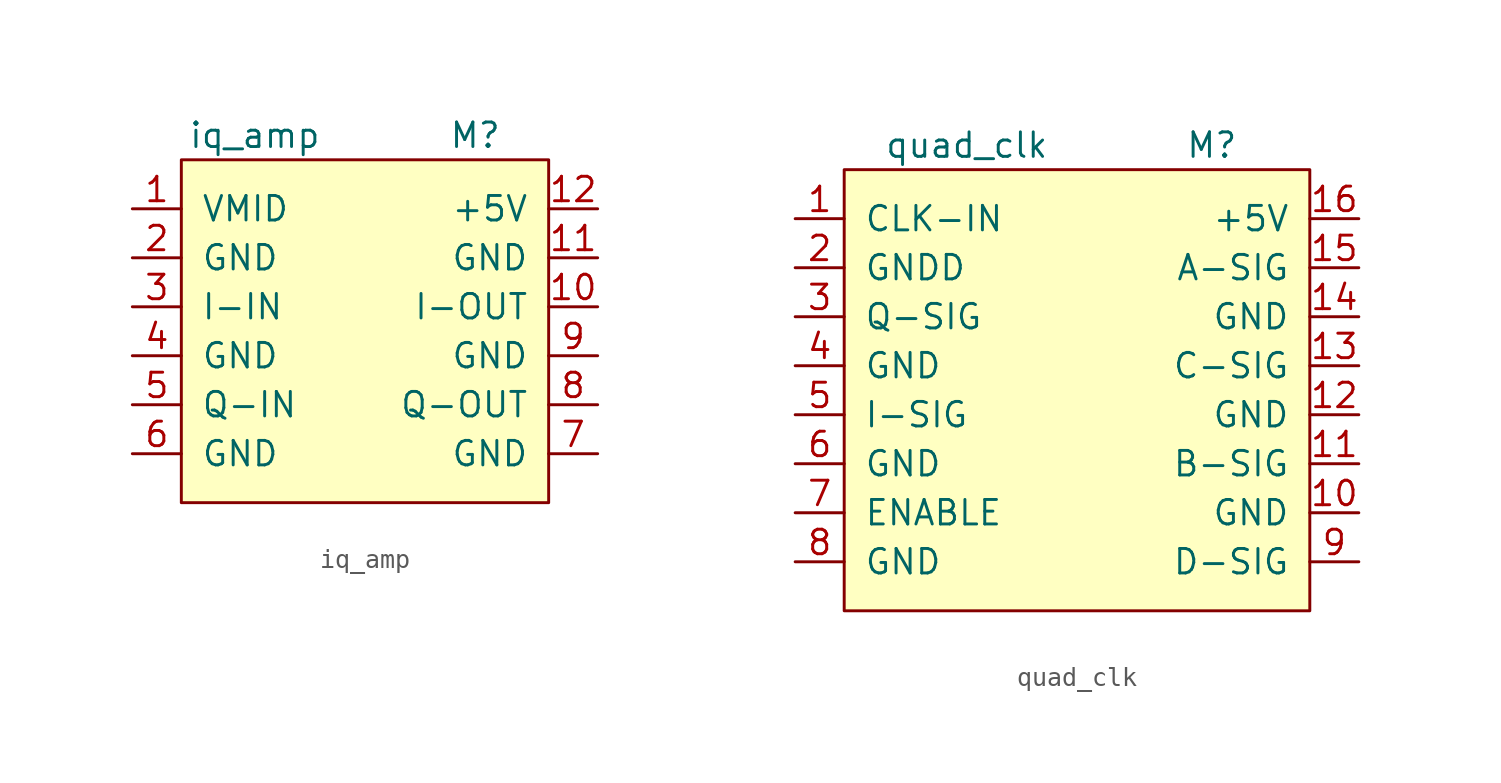
<source format=kicad_sym>
(kicad_symbol_lib
  (version 20211014)
  (generator kicad_symbol_editor)
  (symbol "iq_amp"
    (pin_names
      (offset 1.016))
    (property "Reference" "M"
      (at 6.35 10.16 0)
      (effects (font (size 1.27 1.27))))
    (property "Value" "iq_amp"
      (at -5.08 10.16 0)
      (effects (font (size 1.27 1.27))))
    (symbol "iq_amp_0_1"
      (rectangle (start -8.89 8.89) (end 10.16 -8.89) (stroke (width 0) (type default) (color 0 0 0 0)) (fill (type background))))
    (symbol "iq_amp_1_1"
      (pin power_out line (at -11.43 6.35 0) (length 2.54) (name "VMID" (effects (font (size 1.27 1.27)))) (number "1" (effects (font (size 1.27 1.27)))))
      (pin output line (at 12.7 1.27 180) (length 2.54) (name "I-OUT" (effects (font (size 1.27 1.27)))) (number "10" (effects (font (size 1.27 1.27)))))
      (pin power_in line (at 12.7 3.81 180) (length 2.54) (name "GND" (effects (font (size 1.27 1.27)))) (number "11" (effects (font (size 1.27 1.27)))))
      (pin power_in line (at 12.7 6.35 180) (length 2.54) (name "+5V" (effects (font (size 1.27 1.27)))) (number "12" (effects (font (size 1.27 1.27)))))
      (pin power_in line (at -11.43 3.81 0) (length 2.54) (name "GND" (effects (font (size 1.27 1.27)))) (number "2" (effects (font (size 1.27 1.27)))))
      (pin input line (at -11.43 1.27 0) (length 2.54) (name "I-IN" (effects (font (size 1.27 1.27)))) (number "3" (effects (font (size 1.27 1.27)))))
      (pin power_in line (at -11.43 -1.27 0) (length 2.54) (name "GND" (effects (font (size 1.27 1.27)))) (number "4" (effects (font (size 1.27 1.27)))))
      (pin input line (at -11.43 -3.81 0) (length 2.54) (name "Q-IN" (effects (font (size 1.27 1.27)))) (number "5" (effects (font (size 1.27 1.27)))))
      (pin power_in line (at -11.43 -6.35 0) (length 2.54) (name "GND" (effects (font (size 1.27 1.27)))) (number "6" (effects (font (size 1.27 1.27)))))
      (pin power_in line (at 12.7 -6.35 180) (length 2.54) (name "GND" (effects (font (size 1.27 1.27)))) (number "7" (effects (font (size 1.27 1.27)))))
      (pin output line (at 12.7 -3.81 180) (length 2.54) (name "Q-OUT" (effects (font (size 1.27 1.27)))) (number "8" (effects (font (size 1.27 1.27)))))
      (pin power_in line (at 12.7 -1.27 180) (length 2.54) (name "GND" (effects (font (size 1.27 1.27)))) (number "9" (effects (font (size 1.27 1.27)))))))
  (symbol "quad_clk"
    (pin_names
      (offset 1.016))
    (property "Reference" "M"
      (at 6.35 12.7 0)
      (effects (font (size 1.27 1.27))))
    (property "Value" "quad_clk"
      (at -6.35 12.7 0)
      (effects (font (size 1.27 1.27))))
    (symbol "quad_clk_0_1"
      (rectangle (start -12.7 11.43) (end 11.43 -11.43) (stroke (width 0) (type default) (color 0 0 0 0)) (fill (type background))))
    (symbol "quad_clk_1_1"
      (pin input line (at -15.24 8.89 0) (length 2.54) (name "CLK-IN" (effects (font (size 1.27 1.27)))) (number "1" (effects (font (size 1.27 1.27)))))
      (pin power_in line (at 13.97 -6.35 180) (length 2.54) (name "GND" (effects (font (size 1.27 1.27)))) (number "10" (effects (font (size 1.27 1.27)))))
      (pin bidirectional line (at 13.97 -3.81 180) (length 2.54) (name "B-SIG" (effects (font (size 1.27 1.27)))) (number "11" (effects (font (size 1.27 1.27)))))
      (pin power_in line (at 13.97 -1.27 180) (length 2.54) (name "GND" (effects (font (size 1.27 1.27)))) (number "12" (effects (font (size 1.27 1.27)))))
      (pin bidirectional line (at 13.97 1.27 180) (length 2.54) (name "C-SIG" (effects (font (size 1.27 1.27)))) (number "13" (effects (font (size 1.27 1.27)))))
      (pin power_in line (at 13.97 3.81 180) (length 2.54) (name "GND" (effects (font (size 1.27 1.27)))) (number "14" (effects (font (size 1.27 1.27)))))
      (pin bidirectional line (at 13.97 6.35 180) (length 2.54) (name "A-SIG" (effects (font (size 1.27 1.27)))) (number "15" (effects (font (size 1.27 1.27)))))
      (pin power_in line (at 13.97 8.89 180) (length 2.54) (name "+5V" (effects (font (size 1.27 1.27)))) (number "16" (effects (font (size 1.27 1.27)))))
      (pin power_in line (at -15.24 6.35 0) (length 2.54) (name "GNDD" (effects (font (size 1.27 1.27)))) (number "2" (effects (font (size 1.27 1.27)))))
      (pin bidirectional line (at -15.24 3.81 0) (length 2.54) (name "Q-SIG" (effects (font (size 1.27 1.27)))) (number "3" (effects (font (size 1.27 1.27)))))
      (pin power_in line (at -15.24 1.27 0) (length 2.54) (name "GND" (effects (font (size 1.27 1.27)))) (number "4" (effects (font (size 1.27 1.27)))))
      (pin bidirectional line (at -15.24 -1.27 0) (length 2.54) (name "I-SIG" (effects (font (size 1.27 1.27)))) (number "5" (effects (font (size 1.27 1.27)))))
      (pin power_in line (at -15.24 -3.81 0) (length 2.54) (name "GND" (effects (font (size 1.27 1.27)))) (number "6" (effects (font (size 1.27 1.27)))))
      (pin input line (at -15.24 -6.35 0) (length 2.54) (name "ENABLE" (effects (font (size 1.27 1.27)))) (number "7" (effects (font (size 1.27 1.27)))))
      (pin power_in line (at -15.24 -8.89 0) (length 2.54) (name "GND" (effects (font (size 1.27 1.27)))) (number "8" (effects (font (size 1.27 1.27)))))
      (pin bidirectional line (at 13.97 -8.89 180) (length 2.54) (name "D-SIG" (effects (font (size 1.27 1.27)))) (number "9" (effects (font (size 1.27 1.27))))))))
</source>
